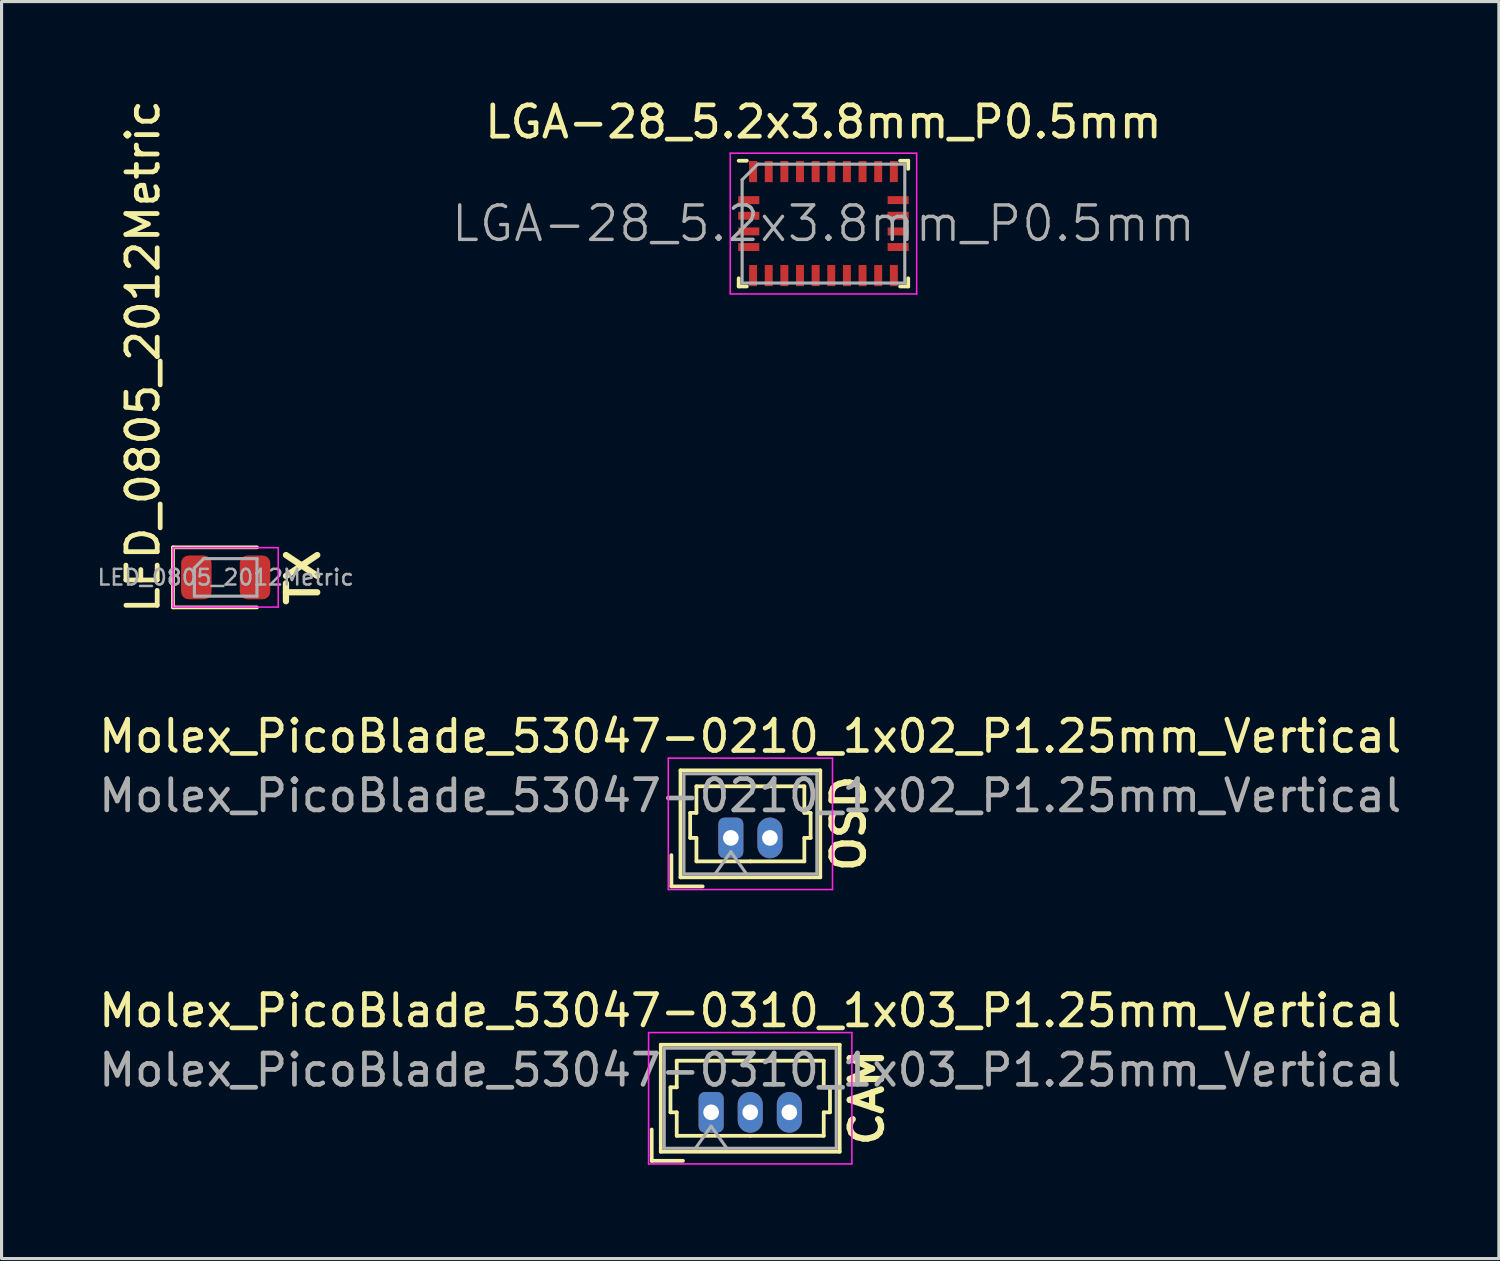
<source format=kicad_pcb>
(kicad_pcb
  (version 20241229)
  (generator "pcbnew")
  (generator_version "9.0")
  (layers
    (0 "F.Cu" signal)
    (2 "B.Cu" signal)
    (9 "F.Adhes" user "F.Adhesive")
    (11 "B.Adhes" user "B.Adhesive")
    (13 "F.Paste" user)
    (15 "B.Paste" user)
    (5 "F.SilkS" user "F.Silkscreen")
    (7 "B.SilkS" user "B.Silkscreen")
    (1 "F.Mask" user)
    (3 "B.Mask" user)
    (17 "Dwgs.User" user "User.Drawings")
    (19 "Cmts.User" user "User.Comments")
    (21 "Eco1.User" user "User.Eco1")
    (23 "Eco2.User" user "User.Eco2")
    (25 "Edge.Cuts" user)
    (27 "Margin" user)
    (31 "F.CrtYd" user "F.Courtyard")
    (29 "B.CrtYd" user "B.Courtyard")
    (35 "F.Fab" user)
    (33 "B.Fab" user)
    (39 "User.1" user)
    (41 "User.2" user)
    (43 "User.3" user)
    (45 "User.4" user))
  (footprint "LGA-28_5.2x3.8mm_P0.5mm"
    (layer "F.Cu")
    (at 23.276 4.098)
    (property "Reference" "LGA-28_5.2x3.8mm_P0.5mm" (at 0 -3.25 180) (layer "F.SilkS") (effects (font (size 1 1) (thickness 0.15))))
    (attr smd)
    (fp_line (start -2.71 -2.01) (end -2.45 -2.01) (stroke (width 0.12) (type solid)) (layer "F.SilkS"))
    (fp_line (start -2.71 2.01) (end -2.71 1.75) (stroke (width 0.12) (type solid)) (layer "F.SilkS"))
    (fp_line (start -2.71 2.01) (end -2.45 2.01) (stroke (width 0.12) (type solid)) (layer "F.SilkS"))
    (fp_line (start 2.71 -2.01) (end 2.45 -2.01) (stroke (width 0.12) (type solid)) (layer "F.SilkS"))
    (fp_line (start 2.71 -2.01) (end 2.71 -1.75) (stroke (width 0.12) (type solid)) (layer "F.SilkS"))
    (fp_line (start 2.71 2.01) (end 2.45 2.01) (stroke (width 0.12) (type solid)) (layer "F.SilkS"))
    (fp_line (start 2.71 2.01) (end 2.71 1.75) (stroke (width 0.12) (type solid)) (layer "F.SilkS"))
    (fp_line (start -2.98 -2.25) (end -2.98 2.25) (stroke (width 0.05) (type solid)) (layer "F.CrtYd"))
    (fp_line (start -2.98 2.25) (end 2.98 2.25) (stroke (width 0.05) (type solid)) (layer "F.CrtYd"))
    (fp_line (start 2.98 -2.25) (end -2.98 -2.25) (stroke (width 0.05) (type solid)) (layer "F.CrtYd"))
    (fp_line (start 2.98 2.25) (end 2.98 -2.25) (stroke (width 0.05) (type solid)) (layer "F.CrtYd"))
    (fp_line (start -2.6 -1.4) (end -2.6 1.9) (stroke (width 0.1) (type solid)) (layer "F.Fab"))
    (fp_line (start -2.6 -1.4) (end -2.1 -1.9) (stroke (width 0.1) (type solid)) (layer "F.Fab"))
    (fp_line (start -2.6 1.9) (end 2.6 1.9) (stroke (width 0.1) (type solid)) (layer "F.Fab"))
    (fp_line (start 2.6 -1.9) (end -2.1 -1.9) (stroke (width 0.1) (type solid)) (layer "F.Fab"))
    (fp_line (start 2.6 1.9) (end 2.6 -1.9) (stroke (width 0.1) (type solid)) (layer "F.Fab"))
    (fp_text user "${REFERENCE}" (at 0 0 180) (layer "F.Fab") (effects (font (size 1.1 1.1) (thickness 0.11))))
    (pad "1" smd rect (at -2.25 -1.663) (size 0.254 0.675) (layers "F.Cu" "F.Mask" "F.Paste"))
    (pad "2" smd rect (at -2.388 -0.75 90) (size 0.254 0.675) (layers "F.Cu" "F.Mask" "F.Paste"))
    (pad "3" smd rect (at -2.388 -0.25 90) (size 0.254 0.675) (layers "F.Cu" "F.Mask" "F.Paste"))
    (pad "4" smd rect (at -2.388 0.25 90) (size 0.254 0.675) (layers "F.Cu" "F.Mask" "F.Paste"))
    (pad "5" smd rect (at -2.388 0.75 90) (size 0.254 0.675) (layers "F.Cu" "F.Mask" "F.Paste"))
    (pad "6" smd rect (at -2.25 1.663) (size 0.254 0.675) (layers "F.Cu" "F.Mask" "F.Paste"))
    (pad "7" smd rect (at -1.75 1.663) (size 0.254 0.675) (layers "F.Cu" "F.Mask" "F.Paste"))
    (pad "8" smd rect (at -1.25 1.663) (size 0.254 0.675) (layers "F.Cu" "F.Mask" "F.Paste"))
    (pad "9" smd rect (at -0.75 1.663) (size 0.254 0.675) (layers "F.Cu" "F.Mask" "F.Paste"))
    (pad "10" smd rect (at -0.25 1.663) (size 0.254 0.675) (layers "F.Cu" "F.Mask" "F.Paste"))
    (pad "11" smd rect (at 0.25 1.663) (size 0.254 0.675) (layers "F.Cu" "F.Mask" "F.Paste"))
    (pad "12" smd rect (at 0.75 1.663) (size 0.254 0.675) (layers "F.Cu" "F.Mask" "F.Paste"))
    (pad "13" smd rect (at 1.25 1.663) (size 0.254 0.675) (layers "F.Cu" "F.Mask" "F.Paste"))
    (pad "14" smd rect (at 1.75 1.663) (size 0.254 0.675) (layers "F.Cu" "F.Mask" "F.Paste"))
    (pad "15" smd rect (at 2.25 1.663) (size 0.254 0.675) (layers "F.Cu" "F.Mask" "F.Paste"))
    (pad "16" smd rect (at 2.388 0.75 90) (size 0.254 0.675) (layers "F.Cu" "F.Mask" "F.Paste"))
    (pad "17" smd rect (at 2.388 0.25 90) (size 0.254 0.675) (layers "F.Cu" "F.Mask" "F.Paste"))
    (pad "18" smd rect (at 2.388 -0.25 90) (size 0.254 0.675) (layers "F.Cu" "F.Mask" "F.Paste"))
    (pad "19" smd rect (at 2.388 -0.75 90) (size 0.254 0.675) (layers "F.Cu" "F.Mask" "F.Paste"))
    (pad "20" smd rect (at 2.25 -1.663) (size 0.254 0.675) (layers "F.Cu" "F.Mask" "F.Paste"))
    (pad "21" smd rect (at 1.75 -1.663) (size 0.254 0.675) (layers "F.Cu" "F.Mask" "F.Paste"))
    (pad "22" smd rect (at 1.25 -1.663) (size 0.254 0.675) (layers "F.Cu" "F.Mask" "F.Paste"))
    (pad "23" smd rect (at 0.75 -1.663) (size 0.254 0.675) (layers "F.Cu" "F.Mask" "F.Paste"))
    (pad "24" smd rect (at 0.25 -1.663) (size 0.254 0.675) (layers "F.Cu" "F.Mask" "F.Paste"))
    (pad "25" smd rect (at -0.25 -1.663) (size 0.254 0.675) (layers "F.Cu" "F.Mask" "F.Paste"))
    (pad "26" smd rect (at -0.75 -1.663) (size 0.254 0.675) (layers "F.Cu" "F.Mask" "F.Paste"))
    (pad "27" smd rect (at -1.25 -1.663) (size 0.254 0.675) (layers "F.Cu" "F.Mask" "F.Paste"))
    (pad "28" smd rect (at -1.75 -1.663) (size 0.254 0.675) (layers "F.Cu" "F.Mask" "F.Paste")))
  (footprint "LED_0805_2012Metric"
    (layer "F.Cu")
    (at 4.165 15.409)
    (property "Reference" "LED_0805_2012Metric" (at -2.644 1.231 90) (layer "F.SilkS") (effects (font (size 1 1) (thickness 0.153)) (justify left)))
    (attr smd)
    (fp_line (start -1.685 -0.96) (end -1.685 0.96) (stroke (width 0.12) (type solid)) (layer "F.SilkS"))
    (fp_line (start -1.685 0.96) (end 1 0.96) (stroke (width 0.12) (type solid)) (layer "F.SilkS"))
    (fp_line (start 1 -0.96) (end -1.685 -0.96) (stroke (width 0.12) (type solid)) (layer "F.SilkS"))
    (fp_line (start -1.68 -0.95) (end 1.68 -0.95) (stroke (width 0.05) (type solid)) (layer "F.CrtYd"))
    (fp_line (start -1.68 0.95) (end -1.68 -0.95) (stroke (width 0.05) (type solid)) (layer "F.CrtYd"))
    (fp_line (start 1.68 -0.95) (end 1.68 0.95) (stroke (width 0.05) (type solid)) (layer "F.CrtYd"))
    (fp_line (start 1.68 0.95) (end -1.68 0.95) (stroke (width 0.05) (type solid)) (layer "F.CrtYd"))
    (fp_line (start -1 -0.3) (end -1 0.6) (stroke (width 0.1) (type solid)) (layer "F.Fab"))
    (fp_line (start -1 0.6) (end 1 0.6) (stroke (width 0.1) (type solid)) (layer "F.Fab"))
    (fp_line (start -0.7 -0.6) (end -1 -0.3) (stroke (width 0.1) (type solid)) (layer "F.Fab"))
    (fp_line (start 1 -0.6) (end -0.7 -0.6) (stroke (width 0.1) (type solid)) (layer "F.Fab"))
    (fp_line (start 1 0.6) (end 1 -0.6) (stroke (width 0.1) (type solid)) (layer "F.Fab"))
    (fp_text user "TX" (at 2.475 0 90) (unlocked yes) (layer "F.SilkS") (effects (font (size 1 1) (thickness 0.2))))
    (fp_text user "${REFERENCE}" (at 0 0 0) (layer "F.Fab") (effects (font (size 0.5 0.5) (thickness 0.08))))
    (pad "1" smd roundrect (at -0.938 0) (size 0.975 1.4) (layers "F.Cu" "F.Mask" "F.Paste") (roundrect_rratio 0.25))
    (pad "2" smd roundrect (at 0.938 0) (size 0.975 1.4) (layers "F.Cu" "F.Mask" "F.Paste") (roundrect_rratio 0.25)))
  (footprint "Molex_PicoBlade_53047-0210_1x02_P1.25mm_Vertical"
    (layer "F.Cu")
    (at 20.315 23.738)
    (property "Reference" "Molex_PicoBlade_53047-0210_1x02_P1.25mm_Vertical" (at 0.62 -3.25 0) (layer "F.SilkS") (effects (font (size 1 1) (thickness 0.15))))
    (attr through_hole)
    (fp_line (start -1.9 1.55) (end -1.9 0.55) (stroke (width 0.12) (type solid)) (layer "F.SilkS"))
    (fp_line (start -1.9 1.55) (end -0.9 1.55) (stroke (width 0.12) (type solid)) (layer "F.SilkS"))
    (fp_line (start -1.61 -2.16) (end -1.61 1.26) (stroke (width 0.12) (type solid)) (layer "F.SilkS"))
    (fp_line (start -1.61 1.26) (end 2.86 1.26) (stroke (width 0.12) (type solid)) (layer "F.SilkS"))
    (fp_line (start -1.3 -0.8) (end -1.1 -0.8) (stroke (width 0.12) (type solid)) (layer "F.SilkS"))
    (fp_line (start -1.3 0) (end -1.3 -0.8) (stroke (width 0.12) (type solid)) (layer "F.SilkS"))
    (fp_line (start -1.1 -1.65) (end 0.625 -1.65) (stroke (width 0.12) (type solid)) (layer "F.SilkS"))
    (fp_line (start -1.1 -0.8) (end -1.1 -1.65) (stroke (width 0.12) (type solid)) (layer "F.SilkS"))
    (fp_line (start -1.1 0) (end -1.3 0) (stroke (width 0.12) (type solid)) (layer "F.SilkS"))
    (fp_line (start -1.1 0.75) (end -1.1 0) (stroke (width 0.12) (type solid)) (layer "F.SilkS"))
    (fp_line (start 0.625 0.75) (end -1.1 0.75) (stroke (width 0.12) (type solid)) (layer "F.SilkS"))
    (fp_line (start 0.625 0.75) (end 2.35 0.75) (stroke (width 0.12) (type solid)) (layer "F.SilkS"))
    (fp_line (start 2.35 -1.65) (end 0.625 -1.65) (stroke (width 0.12) (type solid)) (layer "F.SilkS"))
    (fp_line (start 2.35 -0.8) (end 2.35 -1.65) (stroke (width 0.12) (type solid)) (layer "F.SilkS"))
    (fp_line (start 2.35 0) (end 2.55 0) (stroke (width 0.12) (type solid)) (layer "F.SilkS"))
    (fp_line (start 2.35 0.75) (end 2.35 0) (stroke (width 0.12) (type solid)) (layer "F.SilkS"))
    (fp_line (start 2.55 -0.8) (end 2.35 -0.8) (stroke (width 0.12) (type solid)) (layer "F.SilkS"))
    (fp_line (start 2.55 0) (end 2.55 -0.8) (stroke (width 0.12) (type solid)) (layer "F.SilkS"))
    (fp_line (start 2.86 -2.16) (end -1.61 -2.16) (stroke (width 0.12) (type solid)) (layer "F.SilkS"))
    (fp_line (start 2.86 1.26) (end 2.86 -2.16) (stroke (width 0.12) (type solid)) (layer "F.SilkS"))
    (fp_line (start -2 -2.55) (end -2 1.65) (stroke (width 0.05) (type solid)) (layer "F.CrtYd"))
    (fp_line (start -2 1.65) (end 3.25 1.65) (stroke (width 0.05) (type solid)) (layer "F.CrtYd"))
    (fp_line (start 3.25 -2.55) (end -2 -2.55) (stroke (width 0.05) (type solid)) (layer "F.CrtYd"))
    (fp_line (start 3.25 1.65) (end 3.25 -2.55) (stroke (width 0.05) (type solid)) (layer "F.CrtYd"))
    (fp_line (start -1.5 -2.05) (end -1.5 1.15) (stroke (width 0.1) (type solid)) (layer "F.Fab"))
    (fp_line (start -1.5 1.15) (end 2.75 1.15) (stroke (width 0.1) (type solid)) (layer "F.Fab"))
    (fp_line (start -0.5 1.15) (end 0 0.443) (stroke (width 0.1) (type solid)) (layer "F.Fab"))
    (fp_line (start 0 0.443) (end 0.5 1.15) (stroke (width 0.1) (type solid)) (layer "F.Fab"))
    (fp_line (start 2.75 -2.05) (end -1.5 -2.05) (stroke (width 0.1) (type solid)) (layer "F.Fab"))
    (fp_line (start 2.75 1.15) (end 2.75 -2.05) (stroke (width 0.1) (type solid)) (layer "F.Fab"))
    (fp_text user "OSD" (at 3.768 -0.465 90) (unlocked yes) (layer "F.SilkS") (effects (font (size 1 1) (thickness 0.2))))
    (fp_text user "${REFERENCE}" (at 0.62 -1.35 0) (layer "F.Fab") (effects (font (size 1 1) (thickness 0.15))))
    (pad "1" thru_hole roundrect (at 0 0 180) (size 0.8 1.3) (drill 0.5) (layers "*.Cu" "*.Mask") (roundrect_rratio 0.25))
    (pad "2" thru_hole oval (at 1.25 0 180) (size 0.8 1.3) (drill 0.5) (layers "*.Cu" "*.Mask")))
  (footprint "Molex_PicoBlade_53047-0310_1x03_P1.25mm_Vertical"
    (layer "F.Cu")
    (at 19.685 32.511)
    (property "Reference" "Molex_PicoBlade_53047-0310_1x03_P1.25mm_Vertical" (at 1.25 -3.25 0) (layer "F.SilkS") (effects (font (size 1 1) (thickness 0.15))))
    (attr through_hole)
    (fp_line (start -1.9 1.55) (end -1.9 0.55) (stroke (width 0.12) (type solid)) (layer "F.SilkS"))
    (fp_line (start -1.9 1.55) (end -0.9 1.55) (stroke (width 0.12) (type solid)) (layer "F.SilkS"))
    (fp_line (start -1.61 -2.16) (end -1.61 1.26) (stroke (width 0.12) (type solid)) (layer "F.SilkS"))
    (fp_line (start -1.61 1.26) (end 4.11 1.26) (stroke (width 0.12) (type solid)) (layer "F.SilkS"))
    (fp_line (start -1.3 -0.8) (end -1.1 -0.8) (stroke (width 0.12) (type solid)) (layer "F.SilkS"))
    (fp_line (start -1.3 0) (end -1.3 -0.8) (stroke (width 0.12) (type solid)) (layer "F.SilkS"))
    (fp_line (start -1.1 -1.65) (end 1.25 -1.65) (stroke (width 0.12) (type solid)) (layer "F.SilkS"))
    (fp_line (start -1.1 -0.8) (end -1.1 -1.65) (stroke (width 0.12) (type solid)) (layer "F.SilkS"))
    (fp_line (start -1.1 0) (end -1.3 0) (stroke (width 0.12) (type solid)) (layer "F.SilkS"))
    (fp_line (start -1.1 0.75) (end -1.1 0) (stroke (width 0.12) (type solid)) (layer "F.SilkS"))
    (fp_line (start 1.25 0.75) (end -1.1 0.75) (stroke (width 0.12) (type solid)) (layer "F.SilkS"))
    (fp_line (start 1.25 0.75) (end 3.6 0.75) (stroke (width 0.12) (type solid)) (layer "F.SilkS"))
    (fp_line (start 3.6 -1.65) (end 1.25 -1.65) (stroke (width 0.12) (type solid)) (layer "F.SilkS"))
    (fp_line (start 3.6 -0.8) (end 3.6 -1.65) (stroke (width 0.12) (type solid)) (layer "F.SilkS"))
    (fp_line (start 3.6 0) (end 3.8 0) (stroke (width 0.12) (type solid)) (layer "F.SilkS"))
    (fp_line (start 3.6 0.75) (end 3.6 0) (stroke (width 0.12) (type solid)) (layer "F.SilkS"))
    (fp_line (start 3.8 -0.8) (end 3.6 -0.8) (stroke (width 0.12) (type solid)) (layer "F.SilkS"))
    (fp_line (start 3.8 0) (end 3.8 -0.8) (stroke (width 0.12) (type solid)) (layer "F.SilkS"))
    (fp_line (start 4.11 -2.16) (end -1.61 -2.16) (stroke (width 0.12) (type solid)) (layer "F.SilkS"))
    (fp_line (start 4.11 1.26) (end 4.11 -2.16) (stroke (width 0.12) (type solid)) (layer "F.SilkS"))
    (fp_line (start -2 -2.55) (end -2 1.65) (stroke (width 0.05) (type solid)) (layer "F.CrtYd"))
    (fp_line (start -2 1.65) (end 4.5 1.65) (stroke (width 0.05) (type solid)) (layer "F.CrtYd"))
    (fp_line (start 4.5 -2.55) (end -2 -2.55) (stroke (width 0.05) (type solid)) (layer "F.CrtYd"))
    (fp_line (start 4.5 1.65) (end 4.5 -2.55) (stroke (width 0.05) (type solid)) (layer "F.CrtYd"))
    (fp_line (start -1.5 -2.05) (end -1.5 1.15) (stroke (width 0.1) (type solid)) (layer "F.Fab"))
    (fp_line (start -1.5 1.15) (end 4 1.15) (stroke (width 0.1) (type solid)) (layer "F.Fab"))
    (fp_line (start -0.5 1.15) (end 0 0.443) (stroke (width 0.1) (type solid)) (layer "F.Fab"))
    (fp_line (start 0 0.443) (end 0.5 1.15) (stroke (width 0.1) (type solid)) (layer "F.Fab"))
    (fp_line (start 4 -2.05) (end -1.5 -2.05) (stroke (width 0.1) (type solid)) (layer "F.Fab"))
    (fp_line (start 4 1.15) (end 4 -2.05) (stroke (width 0.1) (type solid)) (layer "F.Fab"))
    (fp_text user "CAM" (at 4.979 -0.47 90) (unlocked yes) (layer "F.SilkS") (effects (font (size 1 1) (thickness 0.2))))
    (fp_text user "${REFERENCE}" (at 1.25 -1.35 0) (layer "F.Fab") (effects (font (size 1 1) (thickness 0.15))))
    (pad "1" thru_hole roundrect (at 0 0 180) (size 0.8 1.3) (drill 0.5) (layers "*.Cu" "*.Mask") (roundrect_rratio 0.25))
    (pad "2" thru_hole oval (at 1.25 0 180) (size 0.8 1.3) (drill 0.5) (layers "*.Cu" "*.Mask"))
    (pad "3" thru_hole oval (at 2.5 0 180) (size 0.8 1.3) (drill 0.5) (layers "*.Cu" "*.Mask")))
  (gr_rect
    (start -3 -3)
    (end 44.869 37.186)
    (stroke (width 0.1) (type default))
    (fill no)
    (layer "Edge.Cuts")))
</source>
